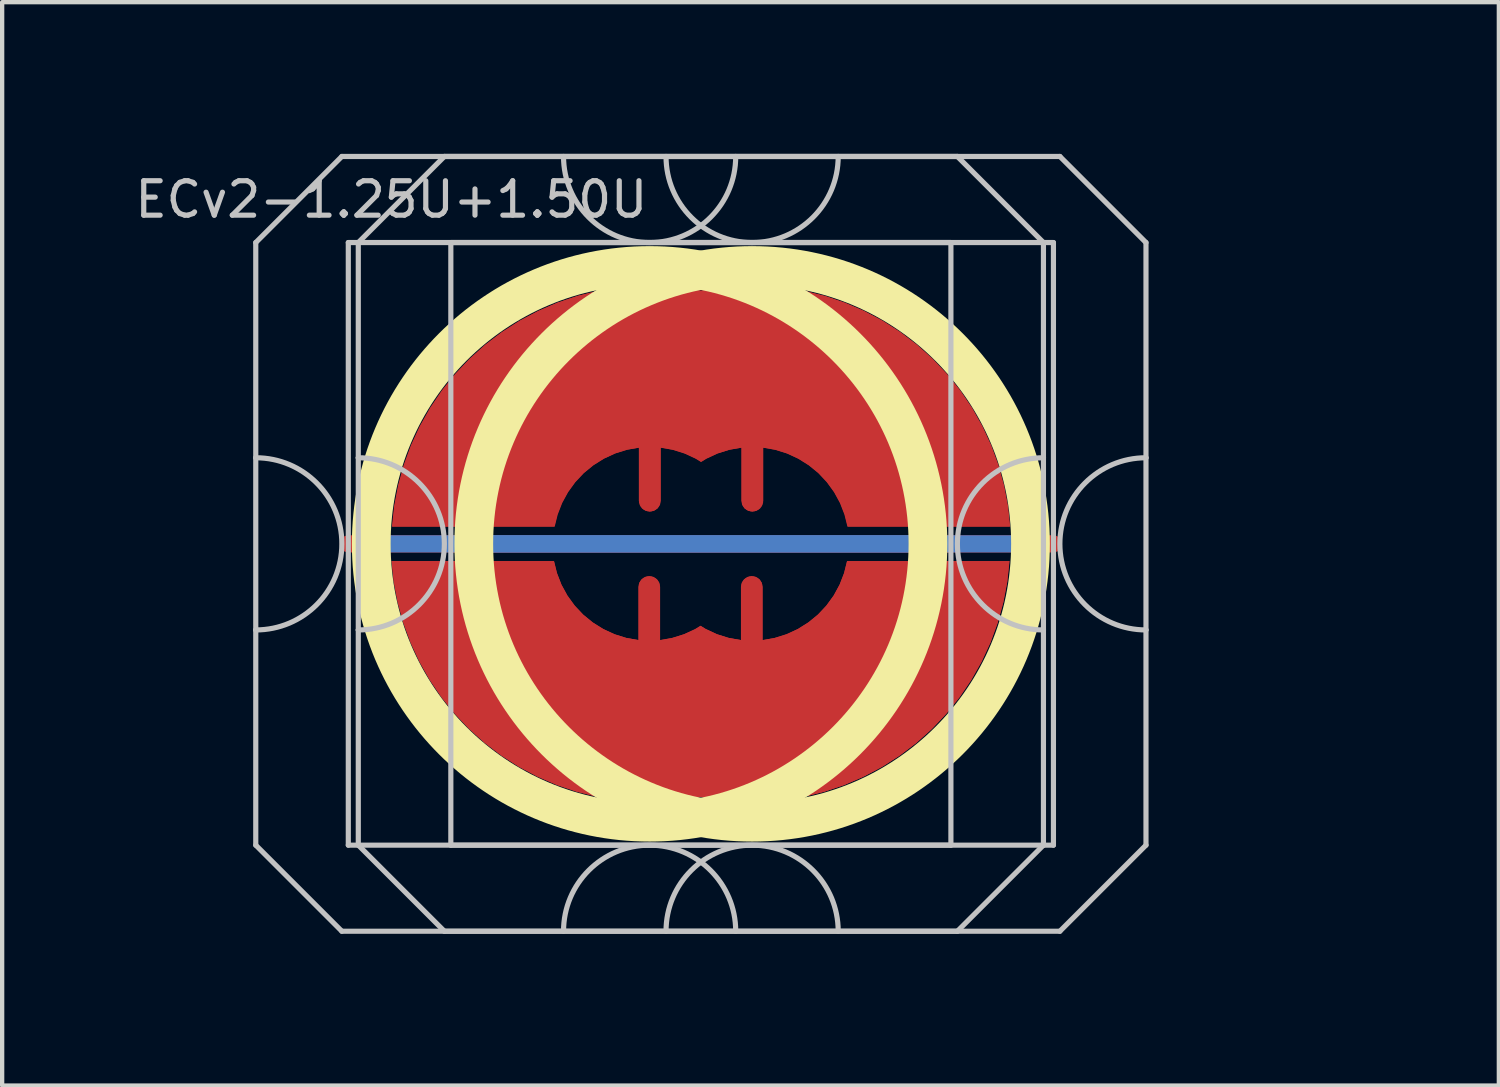
<source format=kicad_pcb>
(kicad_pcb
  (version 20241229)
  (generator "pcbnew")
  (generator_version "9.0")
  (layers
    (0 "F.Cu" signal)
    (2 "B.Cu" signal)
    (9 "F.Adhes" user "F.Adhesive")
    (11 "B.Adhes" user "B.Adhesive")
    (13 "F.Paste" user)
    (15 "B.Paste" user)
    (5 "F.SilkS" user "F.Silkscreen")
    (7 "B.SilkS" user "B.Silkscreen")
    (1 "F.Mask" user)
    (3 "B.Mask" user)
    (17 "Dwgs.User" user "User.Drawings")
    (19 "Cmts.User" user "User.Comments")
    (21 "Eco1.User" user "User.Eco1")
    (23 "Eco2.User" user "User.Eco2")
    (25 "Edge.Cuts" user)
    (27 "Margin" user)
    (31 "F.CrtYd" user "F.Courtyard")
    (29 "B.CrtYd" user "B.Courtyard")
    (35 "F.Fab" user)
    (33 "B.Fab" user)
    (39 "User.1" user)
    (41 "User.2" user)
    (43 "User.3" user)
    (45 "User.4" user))
  (footprint "ECv2-1.25U+1.50U"
    (layer "F.Cu")
    (at 13.233 9.585)
    (property "Reference" "ECv2-1.25U+1.50U" (at -7.191 -8 0) (layer "Dwgs.User") (effects (font (size 0.8 0.8) (thickness 0.12))))
    (attr smd exclude_from_pos_files exclude_from_bom)
    (fp_circle (center -1.191 0) (end 5.276 0) (stroke (width 0.9) (type solid)) (fill no) (layer "F.SilkS"))
    (fp_circle (center 1.191 0) (end 7.658 0) (stroke (width 0.9) (type solid)) (fill no) (layer "F.SilkS"))
    (fp_line (start -10.341 -7) (end -10.341 -2) (stroke (width 0.12) (type solid)) (layer "Dwgs.User"))
    (fp_line (start -10.341 -2) (end -10.341 2) (stroke (width 0.12) (type solid)) (layer "Dwgs.User"))
    (fp_line (start -10.341 2) (end -10.341 7) (stroke (width 0.12) (type solid)) (layer "Dwgs.User"))
    (fp_line (start -10.341 7) (end -8.341 9) (stroke (width 0.12) (type solid)) (layer "Dwgs.User"))
    (fp_line (start -8.341 -9) (end -10.341 -7) (stroke (width 0.12) (type solid)) (layer "Dwgs.User"))
    (fp_line (start -8.341 9) (end 5.959 9) (stroke (width 0.12) (type solid)) (layer "Dwgs.User"))
    (fp_line (start -8.191 -7) (end -8.191 7) (stroke (width 0.12) (type solid)) (layer "Dwgs.User"))
    (fp_line (start -8.191 7) (end 5.809 7) (stroke (width 0.12) (type solid)) (layer "Dwgs.User"))
    (fp_line (start -7.959 -7) (end -7.959 -2) (stroke (width 0.12) (type solid)) (layer "Dwgs.User"))
    (fp_line (start -7.959 -2) (end -7.959 2) (stroke (width 0.12) (type solid)) (layer "Dwgs.User"))
    (fp_line (start -7.959 2) (end -7.959 7) (stroke (width 0.12) (type solid)) (layer "Dwgs.User"))
    (fp_line (start -7.959 7) (end -5.959 9) (stroke (width 0.12) (type solid)) (layer "Dwgs.User"))
    (fp_line (start -5.959 -9) (end -7.959 -7) (stroke (width 0.12) (type solid)) (layer "Dwgs.User"))
    (fp_line (start -5.959 9) (end 8.341 9) (stroke (width 0.12) (type solid)) (layer "Dwgs.User"))
    (fp_line (start -5.809 -7) (end -5.809 7) (stroke (width 0.12) (type solid)) (layer "Dwgs.User"))
    (fp_line (start -5.809 7) (end 8.191 7) (stroke (width 0.12) (type solid)) (layer "Dwgs.User"))
    (fp_line (start 5.809 -7) (end -8.191 -7) (stroke (width 0.12) (type solid)) (layer "Dwgs.User"))
    (fp_line (start 5.809 7) (end 5.809 -7) (stroke (width 0.12) (type solid)) (layer "Dwgs.User"))
    (fp_line (start 5.959 -9) (end -8.341 -9) (stroke (width 0.12) (type solid)) (layer "Dwgs.User"))
    (fp_line (start 5.959 -9) (end 7.959 -7) (stroke (width 0.12) (type solid)) (layer "Dwgs.User"))
    (fp_line (start 5.959 9) (end 7.959 7) (stroke (width 0.12) (type solid)) (layer "Dwgs.User"))
    (fp_line (start 7.959 -2) (end 7.959 -7) (stroke (width 0.12) (type solid)) (layer "Dwgs.User"))
    (fp_line (start 7.959 -2) (end 7.959 2) (stroke (width 0.12) (type solid)) (layer "Dwgs.User"))
    (fp_line (start 7.959 7) (end 7.959 2) (stroke (width 0.12) (type solid)) (layer "Dwgs.User"))
    (fp_line (start 8.191 -7) (end -5.809 -7) (stroke (width 0.12) (type solid)) (layer "Dwgs.User"))
    (fp_line (start 8.191 7) (end 8.191 -7) (stroke (width 0.12) (type solid)) (layer "Dwgs.User"))
    (fp_line (start 8.341 -9) (end -5.959 -9) (stroke (width 0.12) (type solid)) (layer "Dwgs.User"))
    (fp_line (start 8.341 -9) (end 10.341 -7) (stroke (width 0.12) (type solid)) (layer "Dwgs.User"))
    (fp_line (start 8.341 9) (end 10.341 7) (stroke (width 0.12) (type solid)) (layer "Dwgs.User"))
    (fp_line (start 10.341 -2) (end 10.341 -7) (stroke (width 0.12) (type solid)) (layer "Dwgs.User"))
    (fp_line (start 10.341 -2) (end 10.341 2) (stroke (width 0.12) (type solid)) (layer "Dwgs.User"))
    (fp_line (start 10.341 7) (end 10.341 2) (stroke (width 0.12) (type solid)) (layer "Dwgs.User"))
    (fp_arc (start -10.340625 -2) (mid -8.340625 0) (end -10.340625 2) (stroke (width 0.12) (type solid)) (layer "Dwgs.User"))
    (fp_arc (start -7.959375 -2) (mid -5.959375 0) (end -7.959375 2) (stroke (width 0.12) (type solid)) (layer "Dwgs.User"))
    (fp_arc (start -3.190625 9) (mid -1.190625 7) (end 0.809375 9) (stroke (width 0.12) (type solid)) (layer "Dwgs.User"))
    (fp_arc (start -0.809375 9) (mid 1.190625 7) (end 3.190625 9) (stroke (width 0.12) (type solid)) (layer "Dwgs.User"))
    (fp_arc (start 0.809375 -9) (mid -1.190625 -7) (end -3.190625 -9) (stroke (width 0.12) (type solid)) (layer "Dwgs.User"))
    (fp_arc (start 3.190625 -9) (mid 1.190625 -7) (end -0.809375 -9) (stroke (width 0.12) (type solid)) (layer "Dwgs.User"))
    (fp_arc (start 7.959375 2) (mid 5.959375 0) (end 7.959375 -2) (stroke (width 0.12) (type solid)) (layer "Dwgs.User"))
    (fp_arc (start 10.340625 2) (mid 8.340625 0) (end 10.340625 -2) (stroke (width 0.12) (type solid)) (layer "Dwgs.User"))
    (fp_line (start -13.097 -9.525) (end -13.097 9.525) (stroke (width 0.12) (type solid)) (layer "User.2"))
    (fp_line (start -13.097 -9.525) (end -13.097 9.525) (stroke (width 0.12) (type solid)) (layer "User.2"))
    (fp_line (start -13.097 -9.525) (end 10.716 -9.525) (stroke (width 0.12) (type solid)) (layer "User.2"))
    (fp_line (start -13.097 -9.525) (end 15.478 -9.525) (stroke (width 0.12) (type solid)) (layer "User.2"))
    (fp_line (start -13.097 9.525) (end 10.716 9.525) (stroke (width 0.12) (type solid)) (layer "User.2"))
    (fp_line (start -13.097 9.525) (end 15.478 9.525) (stroke (width 0.12) (type solid)) (layer "User.2"))
    (fp_line (start 10.716 -9.525) (end 10.716 9.525) (stroke (width 0.12) (type solid)) (layer "User.2"))
    (fp_line (start 15.478 -9.525) (end 15.478 9.525) (stroke (width 0.12) (type solid)) (layer "User.2"))
    (pad "1" smd custom (at -1.191 -1) (size 0.5 0.5) (layers "F.Cu") (options (anchor circle)) (primitives (gr_poly (pts (xy 0.73 -4.955) (xy 1.191 -4.88) (xy 1.652 -4.955) (xy 2.137 -4.995) (xy 2.625 -4.995) (xy 3.111 -4.955) (xy 3.592 -4.877) (xy 4.066 -4.759) (xy 4.528 -4.603) (xy 4.976 -4.41) (xy 5.406 -4.182) (xy 5.817 -3.919) (xy 6.205 -3.624) (xy 6.569 -3.297) (xy 6.903 -2.943) (xy 7.209 -2.563) (xy 7.482 -2.159) (xy 7.722 -1.735) (xy 7.927 -1.292) (xy 8.094 -0.834) (xy 8.224 -0.364) (xy 8.316 0.115) (xy 8.368 0.6) (xy 4.596 0.6) (xy 4.526 0.32) (xy 4.422 0.052) (xy 4.284 -0.201) (xy 4.115 -0.434) (xy 3.918 -0.644) (xy 3.695 -0.826) (xy 3.451 -0.979) (xy 3.19 -1.1) (xy 2.915 -1.186) (xy 2.631 -1.236) (xy 2.631 0.000037) (xy 2.612 0.096) (xy 2.558 0.177) (xy 2.477 0.231) (xy 2.381 0.25) (xy 2.286 0.231) (xy 2.204 0.177) (xy 2.15 0.096) (xy 2.131 0.000037) (xy 2.131 -1.236) (xy 1.848 -1.186) (xy 1.573 -1.1) (xy 1.311 -0.979) (xy 1.191 -0.904) (xy 1.07 -0.979) (xy 0.809 -1.1) (xy 0.534 -1.186) (xy 0.25 -1.236) (xy 0.25 0.000037) (xy 0.231 0.096) (xy 0.177 0.177) (xy 0.096 0.231) (xy -0.000066 0.25) (xy -0.096 0.231) (xy -0.177 0.177) (xy -0.231 0.096) (xy -0.25 0.000037) (xy -0.25 -1.236) (xy -0.533 -1.186) (xy -0.808 -1.1) (xy -1.07 -0.979) (xy -1.314 -0.826) (xy -1.536 -0.644) (xy -1.734 -0.434) (xy -1.903 -0.201) (xy -2.041 0.052) (xy -2.145 0.32) (xy -2.214 0.6) (xy -5.987 0.6) (xy -5.935 0.115) (xy -5.843 -0.364) (xy -5.713 -0.834) (xy -5.545 -1.292) (xy -5.34 -1.735) (xy -5.101 -2.159) (xy -4.828 -2.563) (xy -4.522 -2.943) (xy -4.187 -3.297) (xy -3.824 -3.624) (xy -3.436 -3.919) (xy -3.025 -4.182) (xy -2.594 -4.41) (xy -2.146 -4.603) (xy -1.684 -4.759) (xy -1.211 -4.877) (xy -0.73 -4.955) (xy -0.244 -4.995) (xy 0.244 -4.995)) (width 0) (fill yes)) (gr_poly (pts (xy 0.231 0.096) (xy 0.177 0.177) (xy 0.096 0.231) (xy 0 0.25) (xy -0.096 0.231) (xy -0.177 0.177) (xy -0.231 0.096) (xy -0.25 0) (xy -0.25 -1.5) (xy -0.231 -1.596) (xy -0.177 -1.677) (xy -0.096 -1.731) (xy 0 -1.75) (xy 0.096 -1.731) (xy 0.177 -1.677) (xy 0.231 -1.596) (xy 0.25 -1.5) (xy 0.25 0)) (width 0) (fill yes))))
    (pad "1" smd custom (at 1.2 -1) (size 0.5 0.5) (layers "F.Cu") (options (anchor circle)) (primitives (gr_poly (pts (xy -0.73 -4.955) (xy -1.191 -4.88) (xy -1.652 -4.955) (xy -2.137 -4.995) (xy -2.625 -4.995) (xy -3.111 -4.955) (xy -3.592 -4.877) (xy -4.066 -4.759) (xy -4.528 -4.603) (xy -4.976 -4.41) (xy -5.406 -4.182) (xy -5.817 -3.919) (xy -6.205 -3.624) (xy -6.569 -3.297) (xy -6.903 -2.943) (xy -7.209 -2.563) (xy -7.482 -2.159) (xy -7.722 -1.735) (xy -7.927 -1.292) (xy -8.094 -0.834) (xy -8.224 -0.364) (xy -8.316 0.115) (xy -8.368 0.6) (xy -4.596 0.6) (xy -4.526 0.32) (xy -4.422 0.052) (xy -4.284 -0.201) (xy -4.115 -0.434) (xy -3.918 -0.644) (xy -3.695 -0.826) (xy -3.451 -0.979) (xy -3.19 -1.1) (xy -2.915 -1.186) (xy -2.631 -1.236) (xy -2.631 0.000037) (xy -2.612 0.096) (xy -2.558 0.177) (xy -2.477 0.231) (xy -2.381 0.25) (xy -2.286 0.231) (xy -2.204 0.177) (xy -2.15 0.096) (xy -2.131 0.000037) (xy -2.131 -1.236) (xy -1.848 -1.186) (xy -1.573 -1.1) (xy -1.311 -0.979) (xy -1.191 -0.904) (xy -1.07 -0.979) (xy -0.809 -1.1) (xy -0.534 -1.186) (xy -0.25 -1.236) (xy -0.25 0.000037) (xy -0.231 0.096) (xy -0.177 0.177) (xy -0.096 0.231) (xy 0.000066 0.25) (xy 0.096 0.231) (xy 0.177 0.177) (xy 0.231 0.096) (xy 0.25 0.000037) (xy 0.25 -1.236) (xy 0.533 -1.186) (xy 0.808 -1.1) (xy 1.07 -0.979) (xy 1.314 -0.826) (xy 1.536 -0.644) (xy 1.734 -0.434) (xy 1.903 -0.201) (xy 2.041 0.052) (xy 2.145 0.32) (xy 2.214 0.6) (xy 5.987 0.6) (xy 5.935 0.115) (xy 5.843 -0.364) (xy 5.713 -0.834) (xy 5.545 -1.292) (xy 5.34 -1.735) (xy 5.101 -2.159) (xy 4.828 -2.563) (xy 4.522 -2.943) (xy 4.187 -3.297) (xy 3.824 -3.624) (xy 3.436 -3.919) (xy 3.025 -4.182) (xy 2.594 -4.41) (xy 2.146 -4.603) (xy 1.684 -4.759) (xy 1.211 -4.877) (xy 0.73 -4.955) (xy 0.244 -4.995) (xy -0.244 -4.995)) (width 0) (fill yes)) (gr_poly (pts (xy -0.231 0.096) (xy -0.177 0.177) (xy -0.096 0.231) (xy 0 0.25) (xy 0.096 0.231) (xy 0.177 0.177) (xy 0.231 0.096) (xy 0.25 0) (xy 0.25 -1.5) (xy 0.231 -1.596) (xy 0.177 -1.677) (xy 0.096 -1.731) (xy 0 -1.75) (xy -0.096 -1.731) (xy -0.177 -1.677) (xy -0.231 -1.596) (xy -0.25 -1.5) (xy -0.25 0)) (width 0) (fill yes))))
    (pad "2" smd custom (at -1.2 1 180) (size 0.5 0.5) (layers "F.Cu") (options (anchor circle)) (primitives (gr_poly (pts (xy -0.73 -4.955) (xy -1.191 -4.88) (xy -1.652 -4.955) (xy -2.137 -4.995) (xy -2.625 -4.995) (xy -3.111 -4.955) (xy -3.592 -4.877) (xy -4.066 -4.759) (xy -4.528 -4.603) (xy -4.976 -4.41) (xy -5.406 -4.182) (xy -5.817 -3.919) (xy -6.205 -3.624) (xy -6.569 -3.297) (xy -6.903 -2.943) (xy -7.209 -2.563) (xy -7.482 -2.159) (xy -7.722 -1.735) (xy -7.927 -1.292) (xy -8.094 -0.834) (xy -8.224 -0.364) (xy -8.316 0.115) (xy -8.368 0.6) (xy -4.596 0.6) (xy -4.526 0.32) (xy -4.422 0.052) (xy -4.284 -0.201) (xy -4.115 -0.434) (xy -3.918 -0.644) (xy -3.695 -0.826) (xy -3.451 -0.979) (xy -3.19 -1.1) (xy -2.915 -1.186) (xy -2.631 -1.236) (xy -2.631 0.000037) (xy -2.612 0.096) (xy -2.558 0.177) (xy -2.477 0.231) (xy -2.381 0.25) (xy -2.286 0.231) (xy -2.204 0.177) (xy -2.15 0.096) (xy -2.131 0.000037) (xy -2.131 -1.236) (xy -1.848 -1.186) (xy -1.573 -1.1) (xy -1.311 -0.979) (xy -1.191 -0.904) (xy -1.07 -0.979) (xy -0.809 -1.1) (xy -0.534 -1.186) (xy -0.25 -1.236) (xy -0.25 0.000037) (xy -0.231 0.096) (xy -0.177 0.177) (xy -0.096 0.231) (xy 0.000066 0.25) (xy 0.096 0.231) (xy 0.177 0.177) (xy 0.231 0.096) (xy 0.25 0.000037) (xy 0.25 -1.236) (xy 0.533 -1.186) (xy 0.808 -1.1) (xy 1.07 -0.979) (xy 1.314 -0.826) (xy 1.536 -0.644) (xy 1.734 -0.434) (xy 1.903 -0.201) (xy 2.041 0.052) (xy 2.145 0.32) (xy 2.214 0.6) (xy 5.987 0.6) (xy 5.935 0.115) (xy 5.843 -0.364) (xy 5.713 -0.834) (xy 5.545 -1.292) (xy 5.34 -1.735) (xy 5.101 -2.159) (xy 4.828 -2.563) (xy 4.522 -2.943) (xy 4.187 -3.297) (xy 3.824 -3.624) (xy 3.436 -3.919) (xy 3.025 -4.182) (xy 2.594 -4.41) (xy 2.146 -4.603) (xy 1.684 -4.759) (xy 1.211 -4.877) (xy 0.73 -4.955) (xy 0.244 -4.995) (xy -0.244 -4.995)) (width 0) (fill yes)) (gr_poly (pts (xy -0.231 0.096) (xy -0.177 0.177) (xy -0.096 0.231) (xy 0 0.25) (xy 0.096 0.231) (xy 0.177 0.177) (xy 0.231 0.096) (xy 0.25 0) (xy 0.25 -1.5) (xy 0.231 -1.596) (xy 0.177 -1.677) (xy 0.096 -1.731) (xy 0 -1.75) (xy -0.096 -1.731) (xy -0.177 -1.677) (xy -0.231 -1.596) (xy -0.25 -1.5) (xy -0.25 0)) (width 0) (fill yes))))
    (pad "2" smd custom (at 1.184 1 180) (size 0.5 0.5) (layers "F.Cu") (options (anchor circle)) (primitives (gr_poly (pts (xy 0.73 -4.955) (xy 1.191 -4.88) (xy 1.652 -4.955) (xy 2.137 -4.995) (xy 2.625 -4.995) (xy 3.111 -4.955) (xy 3.592 -4.877) (xy 4.066 -4.759) (xy 4.528 -4.603) (xy 4.976 -4.41) (xy 5.406 -4.182) (xy 5.817 -3.919) (xy 6.205 -3.624) (xy 6.569 -3.297) (xy 6.903 -2.943) (xy 7.209 -2.563) (xy 7.482 -2.159) (xy 7.722 -1.735) (xy 7.927 -1.292) (xy 8.094 -0.834) (xy 8.224 -0.364) (xy 8.316 0.115) (xy 8.368 0.6) (xy 4.596 0.6) (xy 4.526 0.32) (xy 4.422 0.052) (xy 4.284 -0.201) (xy 4.115 -0.434) (xy 3.918 -0.644) (xy 3.695 -0.826) (xy 3.451 -0.979) (xy 3.19 -1.1) (xy 2.915 -1.186) (xy 2.631 -1.236) (xy 2.631 0.000037) (xy 2.612 0.096) (xy 2.558 0.177) (xy 2.477 0.231) (xy 2.381 0.25) (xy 2.286 0.231) (xy 2.204 0.177) (xy 2.15 0.096) (xy 2.131 0.000037) (xy 2.131 -1.236) (xy 1.848 -1.186) (xy 1.573 -1.1) (xy 1.311 -0.979) (xy 1.191 -0.904) (xy 1.07 -0.979) (xy 0.809 -1.1) (xy 0.534 -1.186) (xy 0.25 -1.236) (xy 0.25 0.000037) (xy 0.231 0.096) (xy 0.177 0.177) (xy 0.096 0.231) (xy -0.000066 0.25) (xy -0.096 0.231) (xy -0.177 0.177) (xy -0.231 0.096) (xy -0.25 0.000037) (xy -0.25 -1.236) (xy -0.533 -1.186) (xy -0.808 -1.1) (xy -1.07 -0.979) (xy -1.314 -0.826) (xy -1.536 -0.644) (xy -1.734 -0.434) (xy -1.903 -0.201) (xy -2.041 0.052) (xy -2.145 0.32) (xy -2.214 0.6) (xy -5.987 0.6) (xy -5.935 0.115) (xy -5.843 -0.364) (xy -5.713 -0.834) (xy -5.545 -1.292) (xy -5.34 -1.735) (xy -5.101 -2.159) (xy -4.828 -2.563) (xy -4.522 -2.943) (xy -4.187 -3.297) (xy -3.824 -3.624) (xy -3.436 -3.919) (xy -3.025 -4.182) (xy -2.594 -4.41) (xy -2.146 -4.603) (xy -1.684 -4.759) (xy -1.211 -4.877) (xy -0.73 -4.955) (xy -0.244 -4.995) (xy 0.244 -4.995)) (width 0) (fill yes)) (gr_poly (pts (xy 0.231 0.096) (xy 0.177 0.177) (xy 0.096 0.231) (xy 0 0.25) (xy -0.096 0.231) (xy -0.177 0.177) (xy -0.231 0.096) (xy -0.25 0) (xy -0.25 -1.5) (xy -0.231 -1.596) (xy -0.177 -1.677) (xy -0.096 -1.731) (xy 0 -1.75) (xy 0.096 -1.731) (xy 0.177 -1.677) (xy 0.231 -1.596) (xy 0.25 -1.5) (xy 0.25 0)) (width 0) (fill yes))))
    (pad "3" smd custom (at -1.191 0 270) (size 0.4 0.4) (layers "F.Cu") (options (anchor rect)) (primitives (gr_line (start 0 -7) (end 0 7) (width 0.4))))
    (pad "3" smd custom (at -1.191 0 270) (size 0.4 0.4) (layers "B.Cu") (options (anchor rect)) (primitives (gr_line (start 0 -6.5) (end 0 6.5) (width 0.4))))
    (pad "3" smd custom (at 1.191 0 270) (size 0.4 0.4) (layers "F.Cu") (options (anchor rect)) (primitives (gr_line (start 0 -7) (end 0 7) (width 0.4))))
    (pad "3" smd custom (at 1.191 0 270) (size 0.4 0.4) (layers "B.Cu") (options (anchor rect)) (primitives (gr_line (start 0 -6.5) (end 0 6.5) (width 0.4))))
    (zone (net_name "") (layer "F.Cu") (hatch edge 0.508) (connect_pads) (min_thickness 0.254) (filled_areas_thickness no) (keepout (tracks allowed) (vias allowed) (pads allowed) (copperpour not_allowed) (footprints allowed)) (placement (enabled no)) (fill) (polygon (pts (xy 19.048 9.585) (xy 19.029 9.072) (xy 18.973 8.562) (xy 18.879 8.057) (xy 18.749 7.56) (xy 18.582 7.075) (xy 18.381 6.602) (xy 18.146 6.146) (xy 17.877 5.709) (xy 17.578 5.292) (xy 17.249 4.898) (xy 16.891 4.529) (xy 16.508 4.188) (xy 16.101 3.875) (xy 15.672 3.593) (xy 15.223 3.344) (xy 14.757 3.127) (xy 14.277 2.946) (xy 13.785 2.8) (xy 13.283 2.691) (xy 12.775 2.618) (xy 12.263 2.584) (xy 11.75 2.586) (xy 11.238 2.627) (xy 10.73 2.704) (xy 10.23 2.819) (xy 9.739 2.97) (xy 9.261 3.156) (xy 8.798 3.377) (xy 8.352 3.632) (xy 7.925 3.918) (xy 7.521 4.235) (xy 7.142 4.58) (xy 6.788 4.953) (xy 6.463 5.35) (xy 6.168 5.77) (xy 5.904 6.21) (xy 5.674 6.669) (xy 5.477 7.143) (xy 5.316 7.631) (xy 5.191 8.129) (xy 5.103 8.634) (xy 5.052 9.145) (xy 5.038 9.658) (xy 5.063 10.171) (xy 5.124 10.681) (xy 5.223 11.185) (xy 5.358 11.68) (xy 5.53 12.164) (xy 5.736 12.634) (xy 5.976 13.087) (xy 6.249 13.522) (xy 6.553 13.936) (xy 6.887 14.326) (xy 7.248 14.691) (xy 7.635 15.029) (xy 8.045 15.337) (xy 8.477 15.614) (xy 8.928 15.859) (xy 9.396 16.071) (xy 9.878 16.247) (xy 10.372 16.388) (xy 10.875 16.492) (xy 11.384 16.559) (xy 11.896 16.588) (xy 12.409 16.58) (xy 12.921 16.535) (xy 13.427 16.452) (xy 13.927 16.332) (xy 14.416 16.176) (xy 14.892 15.984) (xy 15.353 15.758) (xy 15.796 15.499) (xy 16.219 15.209) (xy 16.62 14.888) (xy 16.996 14.538) (xy 17.346 14.162) (xy 17.667 13.761) (xy 17.957 13.338) (xy 18.216 12.895) (xy 18.442 12.434) (xy 18.634 11.958) (xy 18.79 11.469) (xy 18.91 10.97) (xy 18.993 10.463) (xy 19.038 9.952))))
    (zone (net_name "") (layer "F.Cu") (hatch edge 0.508) (connect_pads) (min_thickness 0.254) (filled_areas_thickness no) (keepout (tracks allowed) (vias allowed) (pads allowed) (copperpour not_allowed) (footprints allowed)) (placement (enabled no)) (fill) (polygon (pts (xy 21.429 9.585) (xy 21.41 9.072) (xy 21.354 8.562) (xy 21.26 8.057) (xy 21.13 7.56) (xy 20.964 7.075) (xy 20.762 6.602) (xy 20.527 6.146) (xy 20.259 5.709) (xy 19.959 5.292) (xy 19.63 4.898) (xy 19.273 4.529) (xy 18.889 4.188) (xy 18.482 3.875) (xy 18.053 3.593) (xy 17.604 3.344) (xy 17.139 3.127) (xy 16.658 2.946) (xy 16.166 2.8) (xy 15.665 2.691) (xy 15.156 2.618) (xy 14.644 2.584) (xy 14.131 2.586) (xy 13.619 2.627) (xy 13.112 2.704) (xy 12.611 2.819) (xy 12.12 2.97) (xy 11.642 3.156) (xy 11.179 3.377) (xy 10.733 3.632) (xy 10.307 3.918) (xy 9.903 4.235) (xy 9.523 4.58) (xy 9.17 4.953) (xy 8.844 5.35) (xy 8.549 5.77) (xy 8.286 6.21) (xy 8.055 6.669) (xy 7.859 7.143) (xy 7.697 7.631) (xy 7.572 8.129) (xy 7.484 8.634) (xy 7.433 9.145) (xy 7.42 9.658) (xy 7.444 10.171) (xy 7.505 10.681) (xy 7.604 11.185) (xy 7.74 11.68) (xy 7.911 12.164) (xy 8.117 12.634) (xy 8.358 13.087) (xy 8.63 13.522) (xy 8.934 13.936) (xy 9.268 14.326) (xy 9.629 14.691) (xy 10.016 15.029) (xy 10.426 15.337) (xy 10.858 15.614) (xy 11.309 15.859) (xy 11.777 16.071) (xy 12.259 16.247) (xy 12.753 16.388) (xy 13.256 16.492) (xy 13.765 16.559) (xy 14.277 16.588) (xy 14.791 16.58) (xy 15.302 16.535) (xy 15.809 16.452) (xy 16.308 16.332) (xy 16.797 16.176) (xy 17.273 15.984) (xy 17.734 15.758) (xy 18.178 15.499) (xy 18.601 15.209) (xy 19.001 14.888) (xy 19.377 14.538) (xy 19.727 14.162) (xy 20.048 13.761) (xy 20.339 13.338) (xy 20.598 12.895) (xy 20.823 12.434) (xy 21.015 11.958) (xy 21.171 11.469) (xy 21.291 10.97) (xy 21.374 10.463) (xy 21.419 9.952))))
    (zone (net_name "") (layer "B.Cu") (hatch edge 0.508) (connect_pads) (min_thickness 0.254) (filled_areas_thickness no) (keepout (tracks allowed) (vias allowed) (pads allowed) (copperpour not_allowed) (footprints allowed)) (placement (enabled no)) (fill) (polygon (pts (xy 18.601 9.585) (xy 18.581 9.07) (xy 18.52 8.559) (xy 18.42 8.054) (xy 18.28 7.558) (xy 18.102 7.075) (xy 17.886 6.608) (xy 17.635 6.158) (xy 17.349 5.73) (xy 17.03 5.326) (xy 16.68 4.948) (xy 16.302 4.598) (xy 15.898 4.279) (xy 15.47 3.993) (xy 15.02 3.742) (xy 14.553 3.526) (xy 14.069 3.348) (xy 13.574 3.208) (xy 13.069 3.107) (xy 12.557 3.047) (xy 12.043 3.027) (xy 11.528 3.047) (xy 11.017 3.107) (xy 10.512 3.208) (xy 10.016 3.348) (xy 9.533 3.526) (xy 9.065 3.742) (xy 8.616 3.993) (xy 8.188 4.279) (xy 7.784 4.598) (xy 7.405 4.948) (xy 7.056 5.326) (xy 6.737 5.73) (xy 6.451 6.158) (xy 6.199 6.608) (xy 5.984 7.075) (xy 5.806 7.558) (xy 5.666 8.054) (xy 5.565 8.559) (xy 5.505 9.07) (xy 5.485 9.585) (xy 5.505 10.1) (xy 5.565 10.611) (xy 5.666 11.116) (xy 5.806 11.612) (xy 5.984 12.095) (xy 6.199 12.562) (xy 6.451 13.012) (xy 6.737 13.44) (xy 7.056 13.844) (xy 7.405 14.222) (xy 7.784 14.572) (xy 8.188 14.891) (xy 8.616 15.177) (xy 9.065 15.428) (xy 9.533 15.644) (xy 10.016 15.822) (xy 10.512 15.962) (xy 11.017 16.063) (xy 11.528 16.123) (xy 12.043 16.143) (xy 12.557 16.123) (xy 13.069 16.063) (xy 13.574 15.962) (xy 14.069 15.822) (xy 14.553 15.644) (xy 15.02 15.428) (xy 15.47 15.177) (xy 15.898 14.891) (xy 16.302 14.572) (xy 16.68 14.222) (xy 17.03 13.844) (xy 17.349 13.44) (xy 17.635 13.012) (xy 17.886 12.562) (xy 18.102 12.095) (xy 18.28 11.612) (xy 18.42 11.116) (xy 18.52 10.611) (xy 18.581 10.1))))
    (zone (net_name "") (layer "B.Cu") (hatch edge 0.508) (connect_pads) (min_thickness 0.254) (filled_areas_thickness no) (keepout (tracks allowed) (vias allowed) (pads allowed) (copperpour not_allowed) (footprints allowed)) (placement (enabled no)) (fill) (polygon (pts (xy 20.982 9.585) (xy 20.962 9.07) (xy 20.902 8.559) (xy 20.801 8.054) (xy 20.661 7.558) (xy 20.483 7.075) (xy 20.268 6.608) (xy 20.016 6.158) (xy 19.73 5.73) (xy 19.411 5.326) (xy 19.061 4.948) (xy 18.683 4.598) (xy 18.279 4.279) (xy 17.851 3.993) (xy 17.401 3.742) (xy 16.934 3.526) (xy 16.451 3.348) (xy 15.955 3.208) (xy 15.45 3.107) (xy 14.939 3.047) (xy 14.424 3.027) (xy 13.91 3.047) (xy 13.398 3.107) (xy 12.893 3.208) (xy 12.397 3.348) (xy 11.914 3.526) (xy 11.447 3.742) (xy 10.997 3.993) (xy 10.569 4.279) (xy 10.165 4.598) (xy 9.787 4.948) (xy 9.437 5.326) (xy 9.118 5.73) (xy 8.832 6.158) (xy 8.581 6.608) (xy 8.365 7.075) (xy 8.187 7.558) (xy 8.047 8.054) (xy 7.947 8.559) (xy 7.886 9.07) (xy 7.866 9.585) (xy 7.886 10.1) (xy 7.947 10.611) (xy 8.047 11.116) (xy 8.187 11.612) (xy 8.365 12.095) (xy 8.581 12.562) (xy 8.832 13.012) (xy 9.118 13.44) (xy 9.437 13.844) (xy 9.787 14.222) (xy 10.165 14.572) (xy 10.569 14.891) (xy 10.997 15.177) (xy 11.447 15.428) (xy 11.914 15.644) (xy 12.397 15.822) (xy 12.893 15.962) (xy 13.398 16.063) (xy 13.91 16.123) (xy 14.424 16.143) (xy 14.939 16.123) (xy 15.45 16.063) (xy 15.955 15.962) (xy 16.451 15.822) (xy 16.934 15.644) (xy 17.401 15.428) (xy 17.851 15.177) (xy 18.279 14.891) (xy 18.683 14.572) (xy 19.061 14.222) (xy 19.411 13.844) (xy 19.73 13.44) (xy 20.016 13.012) (xy 20.268 12.562) (xy 20.483 12.095) (xy 20.661 11.612) (xy 20.801 11.116) (xy 20.902 10.611) (xy 20.962 10.1)))))
  (gr_rect
    (start -3 -3)
    (end 31.772 22.17)
    (stroke (width 0.1) (type default))
    (fill no)
    (layer "Edge.Cuts")))
</source>
